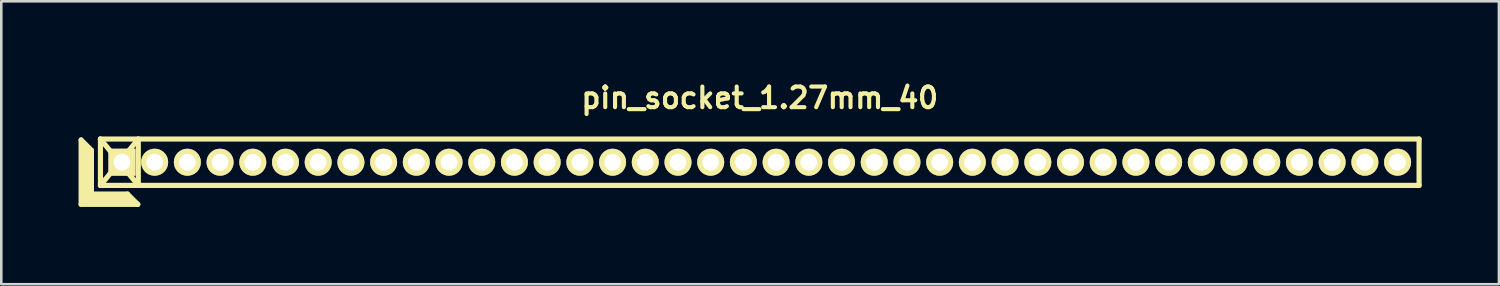
<source format=kicad_pcb>
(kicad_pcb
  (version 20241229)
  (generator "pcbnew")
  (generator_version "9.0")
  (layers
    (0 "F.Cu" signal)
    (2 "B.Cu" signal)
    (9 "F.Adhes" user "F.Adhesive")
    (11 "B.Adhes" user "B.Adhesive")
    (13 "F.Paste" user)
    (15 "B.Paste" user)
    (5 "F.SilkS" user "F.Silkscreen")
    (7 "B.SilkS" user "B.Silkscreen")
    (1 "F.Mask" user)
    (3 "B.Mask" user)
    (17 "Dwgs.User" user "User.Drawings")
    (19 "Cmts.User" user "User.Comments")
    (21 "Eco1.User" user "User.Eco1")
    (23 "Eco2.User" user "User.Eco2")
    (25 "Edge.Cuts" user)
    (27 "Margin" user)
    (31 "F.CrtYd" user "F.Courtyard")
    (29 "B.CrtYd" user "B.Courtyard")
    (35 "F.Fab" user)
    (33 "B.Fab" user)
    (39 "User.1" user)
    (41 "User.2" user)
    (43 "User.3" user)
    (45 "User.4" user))
  (footprint "pin_socket_1.27mm_40"
    (layer "F.Cu")
    (at 26.45 3.249)
    (property "Reference" "pin_socket_1.27mm_40" (at 0 -2.5 0) (layer "F.SilkS") (effects (font (size 0.8 0.8) (thickness 0.16))))
    (attr through_hole)
    (fp_line (start -26.35 -0.864) (end -26.35 1.636) (stroke (width 0.2) (type solid)) (layer "F.SilkS"))
    (fp_line (start -26.35 -0.864) (end -25.95 -0.464) (stroke (width 0.2) (type solid)) (layer "F.SilkS"))
    (fp_line (start -26.35 1.636) (end -24.15 1.636) (stroke (width 0.2) (type solid)) (layer "F.SilkS"))
    (fp_line (start -26.25 1.536) (end -26.25 -0.664) (stroke (width 0.2) (type solid)) (layer "F.SilkS"))
    (fp_line (start -26.25 1.536) (end -24.35 1.536) (stroke (width 0.2) (type solid)) (layer "F.SilkS"))
    (fp_line (start -26.15 1.436) (end -26.15 -0.564) (stroke (width 0.2) (type solid)) (layer "F.SilkS"))
    (fp_line (start -26.15 1.436) (end -24.45 1.436) (stroke (width 0.2) (type solid)) (layer "F.SilkS"))
    (fp_line (start -26.05 1.336) (end -26.05 -0.464) (stroke (width 0.2) (type solid)) (layer "F.SilkS"))
    (fp_line (start -26.05 1.336) (end -24.55 1.336) (stroke (width 0.2) (type solid)) (layer "F.SilkS"))
    (fp_line (start -25.95 1.236) (end -25.95 -0.464) (stroke (width 0.2) (type solid)) (layer "F.SilkS"))
    (fp_line (start -25.95 1.236) (end -24.55 1.236) (stroke (width 0.2) (type solid)) (layer "F.SilkS"))
    (fp_line (start -25.6 -0.9) (end -24.13 0.9) (stroke (width 0.2) (type solid)) (layer "F.SilkS"))
    (fp_line (start -25.6 -0.9) (end 25.6 -0.9) (stroke (width 0.2) (type solid)) (layer "F.SilkS"))
    (fp_line (start -25.6 0.9) (end -25.6 -0.9) (stroke (width 0.2) (type solid)) (layer "F.SilkS"))
    (fp_line (start -25.6 0.9) (end -24.13 -0.9) (stroke (width 0.2) (type solid)) (layer "F.SilkS"))
    (fp_line (start -24.55 1.236) (end -24.15 1.636) (stroke (width 0.2) (type solid)) (layer "F.SilkS"))
    (fp_line (start -24.13 -0.9) (end -24.13 0.9) (stroke (width 0.2) (type solid)) (layer "F.SilkS"))
    (fp_line (start 25.6 -0.9) (end 25.6 0.9) (stroke (width 0.2) (type solid)) (layer "F.SilkS"))
    (fp_line (start 25.6 0.9) (end -25.6 0.9) (stroke (width 0.2) (type solid)) (layer "F.SilkS"))
    (pad "1" thru_hole rect (at -24.765 0) (size 1.05 1.05) (drill 0.65) (layers "*.Cu" "*.Mask" "F.SilkS"))
    (pad "2" thru_hole oval (at -23.495 0) (size 1.05 1.05) (drill 0.65) (layers "*.Cu" "*.Mask" "F.SilkS"))
    (pad "3" thru_hole oval (at -22.225 0) (size 1.05 1.05) (drill 0.65) (layers "*.Cu" "*.Mask" "F.SilkS"))
    (pad "4" thru_hole oval (at -20.955 0) (size 1.05 1.05) (drill 0.65) (layers "*.Cu" "*.Mask" "F.SilkS"))
    (pad "5" thru_hole oval (at -19.685 0) (size 1.05 1.05) (drill 0.65) (layers "*.Cu" "*.Mask" "F.SilkS"))
    (pad "6" thru_hole oval (at -18.415 0) (size 1.05 1.05) (drill 0.65) (layers "*.Cu" "*.Mask" "F.SilkS"))
    (pad "7" thru_hole oval (at -17.145 0) (size 1.05 1.05) (drill 0.65) (layers "*.Cu" "*.Mask" "F.SilkS"))
    (pad "8" thru_hole oval (at -15.875 0) (size 1.05 1.05) (drill 0.65) (layers "*.Cu" "*.Mask" "F.SilkS"))
    (pad "9" thru_hole oval (at -14.605 0) (size 1.05 1.05) (drill 0.65) (layers "*.Cu" "*.Mask" "F.SilkS"))
    (pad "10" thru_hole oval (at -13.335 0) (size 1.05 1.05) (drill 0.65) (layers "*.Cu" "*.Mask" "F.SilkS"))
    (pad "11" thru_hole oval (at -12.065 0) (size 1.05 1.05) (drill 0.65) (layers "*.Cu" "*.Mask" "F.SilkS"))
    (pad "12" thru_hole oval (at -10.795 0) (size 1.05 1.05) (drill 0.65) (layers "*.Cu" "*.Mask" "F.SilkS"))
    (pad "13" thru_hole oval (at -9.525 0) (size 1.05 1.05) (drill 0.65) (layers "*.Cu" "*.Mask" "F.SilkS"))
    (pad "14" thru_hole oval (at -8.255 0) (size 1.05 1.05) (drill 0.65) (layers "*.Cu" "*.Mask" "F.SilkS"))
    (pad "15" thru_hole oval (at -6.985 0) (size 1.05 1.05) (drill 0.65) (layers "*.Cu" "*.Mask" "F.SilkS"))
    (pad "16" thru_hole oval (at -5.715 0) (size 1.05 1.05) (drill 0.65) (layers "*.Cu" "*.Mask" "F.SilkS"))
    (pad "17" thru_hole oval (at -4.445 0) (size 1.05 1.05) (drill 0.65) (layers "*.Cu" "*.Mask" "F.SilkS"))
    (pad "18" thru_hole oval (at -3.175 0) (size 1.05 1.05) (drill 0.65) (layers "*.Cu" "*.Mask" "F.SilkS"))
    (pad "19" thru_hole oval (at -1.905 0) (size 1.05 1.05) (drill 0.65) (layers "*.Cu" "*.Mask" "F.SilkS"))
    (pad "20" thru_hole oval (at -0.635 0) (size 1.05 1.05) (drill 0.65) (layers "*.Cu" "*.Mask" "F.SilkS"))
    (pad "21" thru_hole oval (at 0.635 0) (size 1.05 1.05) (drill 0.65) (layers "*.Cu" "*.Mask" "F.SilkS"))
    (pad "22" thru_hole oval (at 1.905 0) (size 1.05 1.05) (drill 0.65) (layers "*.Cu" "*.Mask" "F.SilkS"))
    (pad "23" thru_hole oval (at 3.175 0) (size 1.05 1.05) (drill 0.65) (layers "*.Cu" "*.Mask" "F.SilkS"))
    (pad "24" thru_hole oval (at 4.445 0) (size 1.05 1.05) (drill 0.65) (layers "*.Cu" "*.Mask" "F.SilkS"))
    (pad "25" thru_hole oval (at 5.715 0) (size 1.05 1.05) (drill 0.65) (layers "*.Cu" "*.Mask" "F.SilkS"))
    (pad "26" thru_hole oval (at 6.985 0) (size 1.05 1.05) (drill 0.65) (layers "*.Cu" "*.Mask" "F.SilkS"))
    (pad "27" thru_hole oval (at 8.255 0) (size 1.05 1.05) (drill 0.65) (layers "*.Cu" "*.Mask" "F.SilkS"))
    (pad "28" thru_hole oval (at 9.525 0) (size 1.05 1.05) (drill 0.65) (layers "*.Cu" "*.Mask" "F.SilkS"))
    (pad "29" thru_hole oval (at 10.795 0) (size 1.05 1.05) (drill 0.65) (layers "*.Cu" "*.Mask" "F.SilkS"))
    (pad "30" thru_hole oval (at 12.065 0) (size 1.05 1.05) (drill 0.65) (layers "*.Cu" "*.Mask" "F.SilkS"))
    (pad "31" thru_hole oval (at 13.335 0) (size 1.05 1.05) (drill 0.65) (layers "*.Cu" "*.Mask" "F.SilkS"))
    (pad "32" thru_hole oval (at 14.605 0) (size 1.05 1.05) (drill 0.65) (layers "*.Cu" "*.Mask" "F.SilkS"))
    (pad "33" thru_hole oval (at 15.875 0) (size 1.05 1.05) (drill 0.65) (layers "*.Cu" "*.Mask" "F.SilkS"))
    (pad "34" thru_hole oval (at 17.145 0) (size 1.05 1.05) (drill 0.65) (layers "*.Cu" "*.Mask" "F.SilkS"))
    (pad "35" thru_hole oval (at 18.415 0) (size 1.05 1.05) (drill 0.65) (layers "*.Cu" "*.Mask" "F.SilkS"))
    (pad "36" thru_hole oval (at 19.685 0) (size 1.05 1.05) (drill 0.65) (layers "*.Cu" "*.Mask" "F.SilkS"))
    (pad "37" thru_hole oval (at 20.955 0) (size 1.05 1.05) (drill 0.65) (layers "*.Cu" "*.Mask" "F.SilkS"))
    (pad "38" thru_hole oval (at 22.225 0) (size 1.05 1.05) (drill 0.65) (layers "*.Cu" "*.Mask" "F.SilkS"))
    (pad "39" thru_hole oval (at 23.495 0) (size 1.05 1.05) (drill 0.65) (layers "*.Cu" "*.Mask" "F.SilkS"))
    (pad "40" thru_hole oval (at 24.765 0) (size 1.05 1.05) (drill 0.65) (layers "*.Cu" "*.Mask" "F.SilkS")))
  (gr_rect
    (start -3 -3)
    (end 55.15 7.985)
    (stroke (width 0.1) (type default))
    (fill no)
    (layer "Edge.Cuts")))
</source>
